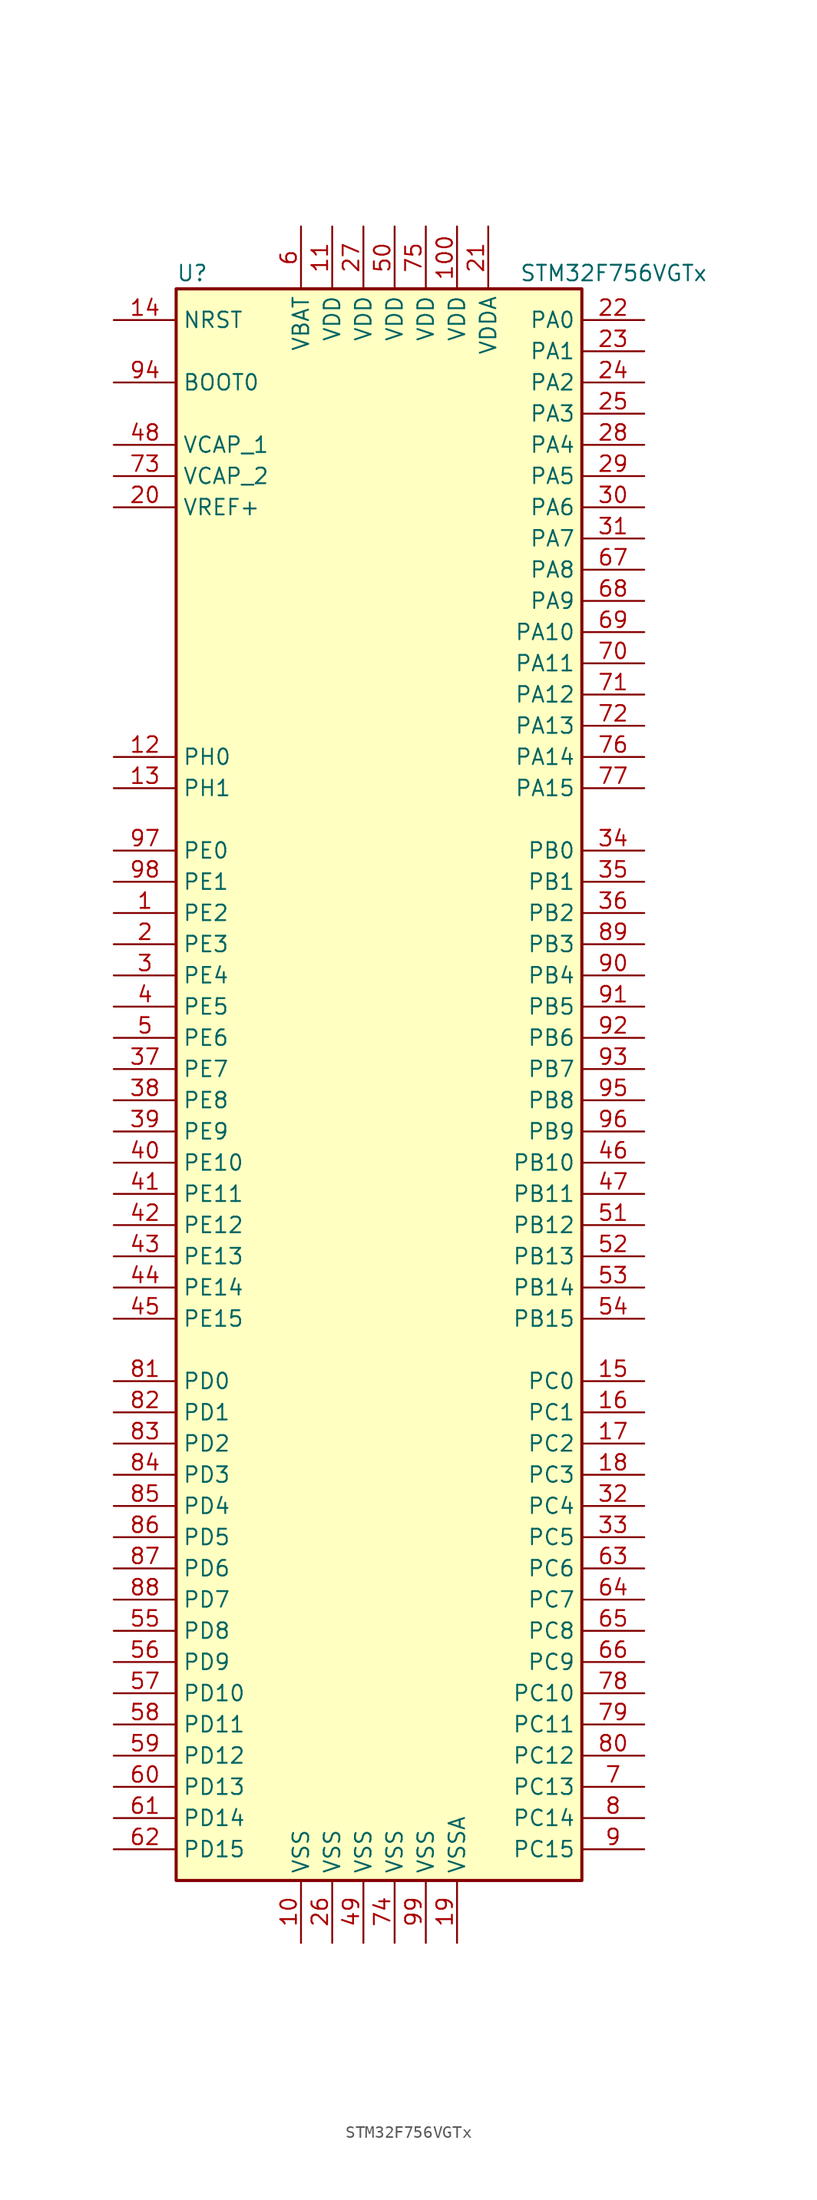
<source format=kicad_sym>
(kicad_symbol_lib
  (version 20201005)
  (generator kicad_symbol_editor)
  (symbol "STM32F756VGTx"
    (property "Reference" "U"
      (at -17.78 64.77 0)
      (effects (font (size 1.27 1.27)) (justify left)))
    (property "Value" "STM32F756VGTx"
      (at 10.16 64.77 0)
      (effects (font (size 1.27 1.27)) (justify left)))
    (symbol "STM32F756VGTx_0_1"
      (rectangle (start -17.78 -66.04) (end 15.24 63.5) (stroke (width 0.254)) (fill (type background))))
    (symbol "STM32F756VGTx_1_1"
      (pin input line (at -22.86 55.88 0) (length 5.08) (name "BOOT0" (effects (font (size 1.27 1.27)))) (number "94" (effects (font (size 1.27 1.27)))))
      (pin input line (at -22.86 60.96 0) (length 5.08) (name "NRST" (effects (font (size 1.27 1.27)))) (number "14" (effects (font (size 1.27 1.27)))))
      (pin bidirectional line (at 20.32 60.96 180) (length 5.08) (name "PA0" (effects (font (size 1.27 1.27)))) (number "22" (effects (font (size 1.27 1.27)))))
      (pin bidirectional line (at 20.32 58.42 180) (length 5.08) (name "PA1" (effects (font (size 1.27 1.27)))) (number "23" (effects (font (size 1.27 1.27)))))
      (pin bidirectional line (at 20.32 35.56 180) (length 5.08) (name "PA10" (effects (font (size 1.27 1.27)))) (number "69" (effects (font (size 1.27 1.27)))))
      (pin bidirectional line (at 20.32 33.02 180) (length 5.08) (name "PA11" (effects (font (size 1.27 1.27)))) (number "70" (effects (font (size 1.27 1.27)))))
      (pin bidirectional line (at 20.32 30.48 180) (length 5.08) (name "PA12" (effects (font (size 1.27 1.27)))) (number "71" (effects (font (size 1.27 1.27)))))
      (pin bidirectional line (at 20.32 27.94 180) (length 5.08) (name "PA13" (effects (font (size 1.27 1.27)))) (number "72" (effects (font (size 1.27 1.27)))))
      (pin bidirectional line (at 20.32 25.4 180) (length 5.08) (name "PA14" (effects (font (size 1.27 1.27)))) (number "76" (effects (font (size 1.27 1.27)))))
      (pin bidirectional line (at 20.32 22.86 180) (length 5.08) (name "PA15" (effects (font (size 1.27 1.27)))) (number "77" (effects (font (size 1.27 1.27)))))
      (pin bidirectional line (at 20.32 55.88 180) (length 5.08) (name "PA2" (effects (font (size 1.27 1.27)))) (number "24" (effects (font (size 1.27 1.27)))))
      (pin bidirectional line (at 20.32 53.34 180) (length 5.08) (name "PA3" (effects (font (size 1.27 1.27)))) (number "25" (effects (font (size 1.27 1.27)))))
      (pin bidirectional line (at 20.32 50.8 180) (length 5.08) (name "PA4" (effects (font (size 1.27 1.27)))) (number "28" (effects (font (size 1.27 1.27)))))
      (pin bidirectional line (at 20.32 48.26 180) (length 5.08) (name "PA5" (effects (font (size 1.27 1.27)))) (number "29" (effects (font (size 1.27 1.27)))))
      (pin bidirectional line (at 20.32 45.72 180) (length 5.08) (name "PA6" (effects (font (size 1.27 1.27)))) (number "30" (effects (font (size 1.27 1.27)))))
      (pin bidirectional line (at 20.32 43.18 180) (length 5.08) (name "PA7" (effects (font (size 1.27 1.27)))) (number "31" (effects (font (size 1.27 1.27)))))
      (pin bidirectional line (at 20.32 40.64 180) (length 5.08) (name "PA8" (effects (font (size 1.27 1.27)))) (number "67" (effects (font (size 1.27 1.27)))))
      (pin bidirectional line (at 20.32 38.1 180) (length 5.08) (name "PA9" (effects (font (size 1.27 1.27)))) (number "68" (effects (font (size 1.27 1.27)))))
      (pin bidirectional line (at 20.32 17.78 180) (length 5.08) (name "PB0" (effects (font (size 1.27 1.27)))) (number "34" (effects (font (size 1.27 1.27)))))
      (pin bidirectional line (at 20.32 15.24 180) (length 5.08) (name "PB1" (effects (font (size 1.27 1.27)))) (number "35" (effects (font (size 1.27 1.27)))))
      (pin bidirectional line (at 20.32 -7.62 180) (length 5.08) (name "PB10" (effects (font (size 1.27 1.27)))) (number "46" (effects (font (size 1.27 1.27)))))
      (pin bidirectional line (at 20.32 -10.16 180) (length 5.08) (name "PB11" (effects (font (size 1.27 1.27)))) (number "47" (effects (font (size 1.27 1.27)))))
      (pin bidirectional line (at 20.32 -12.7 180) (length 5.08) (name "PB12" (effects (font (size 1.27 1.27)))) (number "51" (effects (font (size 1.27 1.27)))))
      (pin bidirectional line (at 20.32 -15.24 180) (length 5.08) (name "PB13" (effects (font (size 1.27 1.27)))) (number "52" (effects (font (size 1.27 1.27)))))
      (pin bidirectional line (at 20.32 -17.78 180) (length 5.08) (name "PB14" (effects (font (size 1.27 1.27)))) (number "53" (effects (font (size 1.27 1.27)))))
      (pin bidirectional line (at 20.32 -20.32 180) (length 5.08) (name "PB15" (effects (font (size 1.27 1.27)))) (number "54" (effects (font (size 1.27 1.27)))))
      (pin bidirectional line (at 20.32 12.7 180) (length 5.08) (name "PB2" (effects (font (size 1.27 1.27)))) (number "36" (effects (font (size 1.27 1.27)))))
      (pin bidirectional line (at 20.32 10.16 180) (length 5.08) (name "PB3" (effects (font (size 1.27 1.27)))) (number "89" (effects (font (size 1.27 1.27)))))
      (pin bidirectional line (at 20.32 7.62 180) (length 5.08) (name "PB4" (effects (font (size 1.27 1.27)))) (number "90" (effects (font (size 1.27 1.27)))))
      (pin bidirectional line (at 20.32 5.08 180) (length 5.08) (name "PB5" (effects (font (size 1.27 1.27)))) (number "91" (effects (font (size 1.27 1.27)))))
      (pin bidirectional line (at 20.32 2.54 180) (length 5.08) (name "PB6" (effects (font (size 1.27 1.27)))) (number "92" (effects (font (size 1.27 1.27)))))
      (pin bidirectional line (at 20.32 0 180) (length 5.08) (name "PB7" (effects (font (size 1.27 1.27)))) (number "93" (effects (font (size 1.27 1.27)))))
      (pin bidirectional line (at 20.32 -2.54 180) (length 5.08) (name "PB8" (effects (font (size 1.27 1.27)))) (number "95" (effects (font (size 1.27 1.27)))))
      (pin bidirectional line (at 20.32 -5.08 180) (length 5.08) (name "PB9" (effects (font (size 1.27 1.27)))) (number "96" (effects (font (size 1.27 1.27)))))
      (pin bidirectional line (at 20.32 -25.4 180) (length 5.08) (name "PC0" (effects (font (size 1.27 1.27)))) (number "15" (effects (font (size 1.27 1.27)))))
      (pin bidirectional line (at 20.32 -27.94 180) (length 5.08) (name "PC1" (effects (font (size 1.27 1.27)))) (number "16" (effects (font (size 1.27 1.27)))))
      (pin bidirectional line (at 20.32 -50.8 180) (length 5.08) (name "PC10" (effects (font (size 1.27 1.27)))) (number "78" (effects (font (size 1.27 1.27)))))
      (pin bidirectional line (at 20.32 -53.34 180) (length 5.08) (name "PC11" (effects (font (size 1.27 1.27)))) (number "79" (effects (font (size 1.27 1.27)))))
      (pin bidirectional line (at 20.32 -55.88 180) (length 5.08) (name "PC12" (effects (font (size 1.27 1.27)))) (number "80" (effects (font (size 1.27 1.27)))))
      (pin bidirectional line (at 20.32 -58.42 180) (length 5.08) (name "PC13" (effects (font (size 1.27 1.27)))) (number "7" (effects (font (size 1.27 1.27)))))
      (pin bidirectional line (at 20.32 -60.96 180) (length 5.08) (name "PC14" (effects (font (size 1.27 1.27)))) (number "8" (effects (font (size 1.27 1.27)))))
      (pin bidirectional line (at 20.32 -63.5 180) (length 5.08) (name "PC15" (effects (font (size 1.27 1.27)))) (number "9" (effects (font (size 1.27 1.27)))))
      (pin bidirectional line (at 20.32 -30.48 180) (length 5.08) (name "PC2" (effects (font (size 1.27 1.27)))) (number "17" (effects (font (size 1.27 1.27)))))
      (pin bidirectional line (at 20.32 -33.02 180) (length 5.08) (name "PC3" (effects (font (size 1.27 1.27)))) (number "18" (effects (font (size 1.27 1.27)))))
      (pin bidirectional line (at 20.32 -35.56 180) (length 5.08) (name "PC4" (effects (font (size 1.27 1.27)))) (number "32" (effects (font (size 1.27 1.27)))))
      (pin bidirectional line (at 20.32 -38.1 180) (length 5.08) (name "PC5" (effects (font (size 1.27 1.27)))) (number "33" (effects (font (size 1.27 1.27)))))
      (pin bidirectional line (at 20.32 -40.64 180) (length 5.08) (name "PC6" (effects (font (size 1.27 1.27)))) (number "63" (effects (font (size 1.27 1.27)))))
      (pin bidirectional line (at 20.32 -43.18 180) (length 5.08) (name "PC7" (effects (font (size 1.27 1.27)))) (number "64" (effects (font (size 1.27 1.27)))))
      (pin bidirectional line (at 20.32 -45.72 180) (length 5.08) (name "PC8" (effects (font (size 1.27 1.27)))) (number "65" (effects (font (size 1.27 1.27)))))
      (pin bidirectional line (at 20.32 -48.26 180) (length 5.08) (name "PC9" (effects (font (size 1.27 1.27)))) (number "66" (effects (font (size 1.27 1.27)))))
      (pin bidirectional line (at -22.86 -25.4 0) (length 5.08) (name "PD0" (effects (font (size 1.27 1.27)))) (number "81" (effects (font (size 1.27 1.27)))))
      (pin bidirectional line (at -22.86 -27.94 0) (length 5.08) (name "PD1" (effects (font (size 1.27 1.27)))) (number "82" (effects (font (size 1.27 1.27)))))
      (pin bidirectional line (at -22.86 -50.8 0) (length 5.08) (name "PD10" (effects (font (size 1.27 1.27)))) (number "57" (effects (font (size 1.27 1.27)))))
      (pin bidirectional line (at -22.86 -53.34 0) (length 5.08) (name "PD11" (effects (font (size 1.27 1.27)))) (number "58" (effects (font (size 1.27 1.27)))))
      (pin bidirectional line (at -22.86 -55.88 0) (length 5.08) (name "PD12" (effects (font (size 1.27 1.27)))) (number "59" (effects (font (size 1.27 1.27)))))
      (pin bidirectional line (at -22.86 -58.42 0) (length 5.08) (name "PD13" (effects (font (size 1.27 1.27)))) (number "60" (effects (font (size 1.27 1.27)))))
      (pin bidirectional line (at -22.86 -60.96 0) (length 5.08) (name "PD14" (effects (font (size 1.27 1.27)))) (number "61" (effects (font (size 1.27 1.27)))))
      (pin bidirectional line (at -22.86 -63.5 0) (length 5.08) (name "PD15" (effects (font (size 1.27 1.27)))) (number "62" (effects (font (size 1.27 1.27)))))
      (pin bidirectional line (at -22.86 -30.48 0) (length 5.08) (name "PD2" (effects (font (size 1.27 1.27)))) (number "83" (effects (font (size 1.27 1.27)))))
      (pin bidirectional line (at -22.86 -33.02 0) (length 5.08) (name "PD3" (effects (font (size 1.27 1.27)))) (number "84" (effects (font (size 1.27 1.27)))))
      (pin bidirectional line (at -22.86 -35.56 0) (length 5.08) (name "PD4" (effects (font (size 1.27 1.27)))) (number "85" (effects (font (size 1.27 1.27)))))
      (pin bidirectional line (at -22.86 -38.1 0) (length 5.08) (name "PD5" (effects (font (size 1.27 1.27)))) (number "86" (effects (font (size 1.27 1.27)))))
      (pin bidirectional line (at -22.86 -40.64 0) (length 5.08) (name "PD6" (effects (font (size 1.27 1.27)))) (number "87" (effects (font (size 1.27 1.27)))))
      (pin bidirectional line (at -22.86 -43.18 0) (length 5.08) (name "PD7" (effects (font (size 1.27 1.27)))) (number "88" (effects (font (size 1.27 1.27)))))
      (pin bidirectional line (at -22.86 -45.72 0) (length 5.08) (name "PD8" (effects (font (size 1.27 1.27)))) (number "55" (effects (font (size 1.27 1.27)))))
      (pin bidirectional line (at -22.86 -48.26 0) (length 5.08) (name "PD9" (effects (font (size 1.27 1.27)))) (number "56" (effects (font (size 1.27 1.27)))))
      (pin bidirectional line (at -22.86 17.78 0) (length 5.08) (name "PE0" (effects (font (size 1.27 1.27)))) (number "97" (effects (font (size 1.27 1.27)))))
      (pin bidirectional line (at -22.86 15.24 0) (length 5.08) (name "PE1" (effects (font (size 1.27 1.27)))) (number "98" (effects (font (size 1.27 1.27)))))
      (pin bidirectional line (at -22.86 -7.62 0) (length 5.08) (name "PE10" (effects (font (size 1.27 1.27)))) (number "40" (effects (font (size 1.27 1.27)))))
      (pin bidirectional line (at -22.86 -10.16 0) (length 5.08) (name "PE11" (effects (font (size 1.27 1.27)))) (number "41" (effects (font (size 1.27 1.27)))))
      (pin bidirectional line (at -22.86 -12.7 0) (length 5.08) (name "PE12" (effects (font (size 1.27 1.27)))) (number "42" (effects (font (size 1.27 1.27)))))
      (pin bidirectional line (at -22.86 -15.24 0) (length 5.08) (name "PE13" (effects (font (size 1.27 1.27)))) (number "43" (effects (font (size 1.27 1.27)))))
      (pin bidirectional line (at -22.86 -17.78 0) (length 5.08) (name "PE14" (effects (font (size 1.27 1.27)))) (number "44" (effects (font (size 1.27 1.27)))))
      (pin bidirectional line (at -22.86 -20.32 0) (length 5.08) (name "PE15" (effects (font (size 1.27 1.27)))) (number "45" (effects (font (size 1.27 1.27)))))
      (pin bidirectional line (at -22.86 12.7 0) (length 5.08) (name "PE2" (effects (font (size 1.27 1.27)))) (number "1" (effects (font (size 1.27 1.27)))))
      (pin bidirectional line (at -22.86 10.16 0) (length 5.08) (name "PE3" (effects (font (size 1.27 1.27)))) (number "2" (effects (font (size 1.27 1.27)))))
      (pin bidirectional line (at -22.86 7.62 0) (length 5.08) (name "PE4" (effects (font (size 1.27 1.27)))) (number "3" (effects (font (size 1.27 1.27)))))
      (pin bidirectional line (at -22.86 5.08 0) (length 5.08) (name "PE5" (effects (font (size 1.27 1.27)))) (number "4" (effects (font (size 1.27 1.27)))))
      (pin bidirectional line (at -22.86 2.54 0) (length 5.08) (name "PE6" (effects (font (size 1.27 1.27)))) (number "5" (effects (font (size 1.27 1.27)))))
      (pin bidirectional line (at -22.86 0 0) (length 5.08) (name "PE7" (effects (font (size 1.27 1.27)))) (number "37" (effects (font (size 1.27 1.27)))))
      (pin bidirectional line (at -22.86 -2.54 0) (length 5.08) (name "PE8" (effects (font (size 1.27 1.27)))) (number "38" (effects (font (size 1.27 1.27)))))
      (pin bidirectional line (at -22.86 -5.08 0) (length 5.08) (name "PE9" (effects (font (size 1.27 1.27)))) (number "39" (effects (font (size 1.27 1.27)))))
      (pin input line (at -22.86 25.4 0) (length 5.08) (name "PH0" (effects (font (size 1.27 1.27)))) (number "12" (effects (font (size 1.27 1.27)))))
      (pin input line (at -22.86 22.86 0) (length 5.08) (name "PH1" (effects (font (size 1.27 1.27)))) (number "13" (effects (font (size 1.27 1.27)))))
      (pin power_in line (at -7.62 68.58 270) (length 5.08) (name "VBAT" (effects (font (size 1.27 1.27)))) (number "6" (effects (font (size 1.27 1.27)))))
      (pin power_in line (at -22.86 50.8 0) (length 5.08) (name "VCAP_1" (effects (font (size 1.27 1.27)))) (number "48" (effects (font (size 1.27 1.27)))))
      (pin power_in line (at -22.86 48.26 0) (length 5.08) (name "VCAP_2" (effects (font (size 1.27 1.27)))) (number "73" (effects (font (size 1.27 1.27)))))
      (pin power_in line (at 5.08 68.58 270) (length 5.08) (name "VDD" (effects (font (size 1.27 1.27)))) (number "100" (effects (font (size 1.27 1.27)))))
      (pin power_in line (at -5.08 68.58 270) (length 5.08) (name "VDD" (effects (font (size 1.27 1.27)))) (number "11" (effects (font (size 1.27 1.27)))))
      (pin power_in line (at -2.54 68.58 270) (length 5.08) (name "VDD" (effects (font (size 1.27 1.27)))) (number "27" (effects (font (size 1.27 1.27)))))
      (pin power_in line (at 0 68.58 270) (length 5.08) (name "VDD" (effects (font (size 1.27 1.27)))) (number "50" (effects (font (size 1.27 1.27)))))
      (pin power_in line (at 2.54 68.58 270) (length 5.08) (name "VDD" (effects (font (size 1.27 1.27)))) (number "75" (effects (font (size 1.27 1.27)))))
      (pin power_in line (at 7.62 68.58 270) (length 5.08) (name "VDDA" (effects (font (size 1.27 1.27)))) (number "21" (effects (font (size 1.27 1.27)))))
      (pin power_in line (at -22.86 45.72 0) (length 5.08) (name "VREF+" (effects (font (size 1.27 1.27)))) (number "20" (effects (font (size 1.27 1.27)))))
      (pin power_in line (at -7.62 -71.12 90) (length 5.08) (name "VSS" (effects (font (size 1.27 1.27)))) (number "10" (effects (font (size 1.27 1.27)))))
      (pin power_in line (at -5.08 -71.12 90) (length 5.08) (name "VSS" (effects (font (size 1.27 1.27)))) (number "26" (effects (font (size 1.27 1.27)))))
      (pin power_in line (at -2.54 -71.12 90) (length 5.08) (name "VSS" (effects (font (size 1.27 1.27)))) (number "49" (effects (font (size 1.27 1.27)))))
      (pin power_in line (at 0 -71.12 90) (length 5.08) (name "VSS" (effects (font (size 1.27 1.27)))) (number "74" (effects (font (size 1.27 1.27)))))
      (pin power_in line (at 2.54 -71.12 90) (length 5.08) (name "VSS" (effects (font (size 1.27 1.27)))) (number "99" (effects (font (size 1.27 1.27)))))
      (pin power_in line (at 5.08 -71.12 90) (length 5.08) (name "VSSA" (effects (font (size 1.27 1.27)))) (number "19" (effects (font (size 1.27 1.27))))))))
</source>
